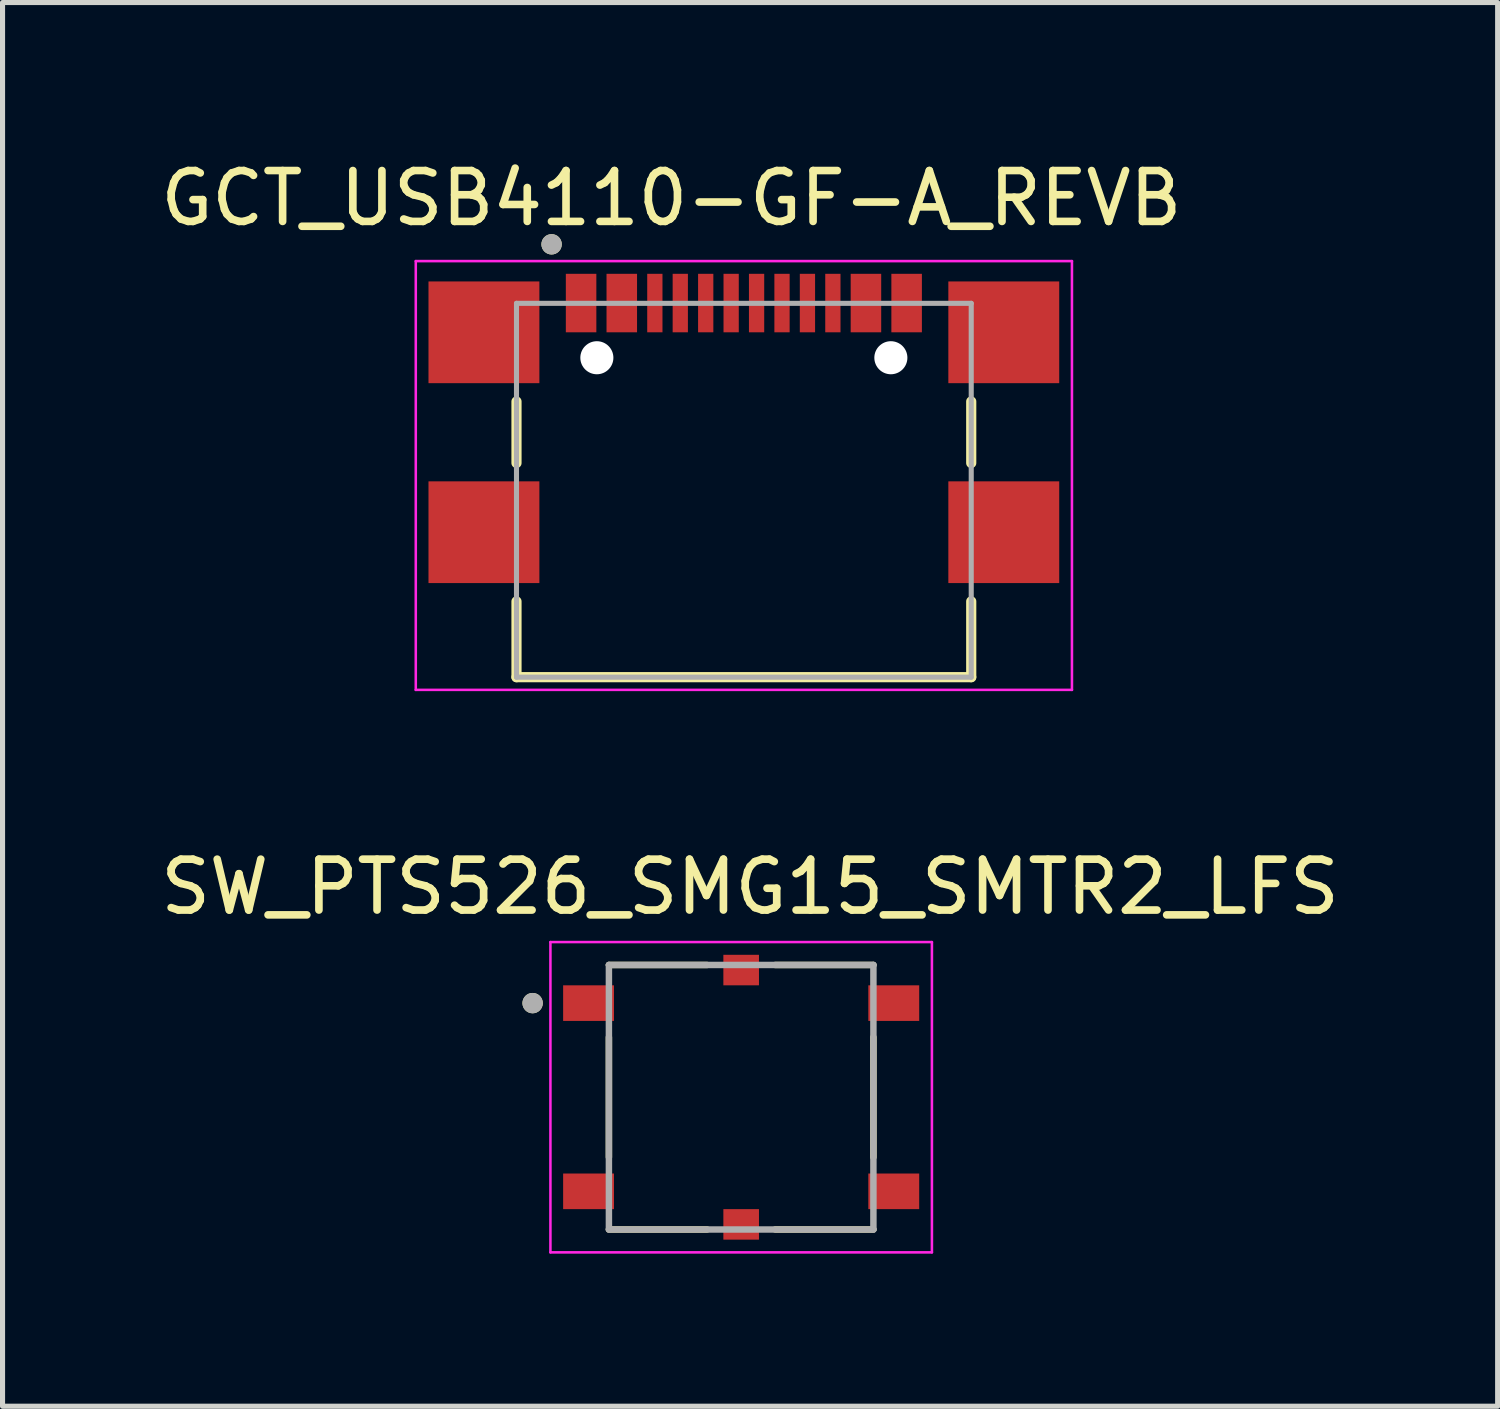
<source format=kicad_pcb>
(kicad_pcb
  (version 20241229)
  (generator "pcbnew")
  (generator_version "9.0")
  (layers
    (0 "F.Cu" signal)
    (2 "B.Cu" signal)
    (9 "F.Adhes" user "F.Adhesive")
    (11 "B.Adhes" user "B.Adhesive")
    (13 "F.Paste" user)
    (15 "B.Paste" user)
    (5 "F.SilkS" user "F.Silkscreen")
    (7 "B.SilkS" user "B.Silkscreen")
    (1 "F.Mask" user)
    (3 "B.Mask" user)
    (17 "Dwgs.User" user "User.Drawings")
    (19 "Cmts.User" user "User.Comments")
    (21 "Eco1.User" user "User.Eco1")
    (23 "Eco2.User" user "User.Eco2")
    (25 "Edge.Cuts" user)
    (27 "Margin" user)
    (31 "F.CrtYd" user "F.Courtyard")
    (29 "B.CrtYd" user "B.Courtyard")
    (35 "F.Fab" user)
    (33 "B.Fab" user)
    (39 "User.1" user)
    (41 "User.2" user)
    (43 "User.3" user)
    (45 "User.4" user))
  (footprint "GCT_USB4110-GF-A_REVB"
    (layer "F.Cu")
    (at 11.574 3.983)
    (property "Reference" "GCT_USB4110-GF-A_REVB" (at -1.425 -3.135 0) (layer "F.SilkS") (effects (font (size 1 1) (thickness 0.15))))
    (attr through_hole)
    (fp_line (start -4.47 0.86) (end -4.47 2.07) (stroke (width 0.2) (type solid)) (layer "F.SilkS"))
    (fp_line (start -4.47 4.79) (end -4.47 6.28) (stroke (width 0.2) (type solid)) (layer "F.SilkS"))
    (fp_line (start -4.47 6.28) (end 4.47 6.28) (stroke (width 0.2) (type solid)) (layer "F.SilkS"))
    (fp_line (start 4.47 0.86) (end 4.47 2.07) (stroke (width 0.2) (type solid)) (layer "F.SilkS"))
    (fp_line (start 4.47 6.28) (end 4.47 4.79) (stroke (width 0.2) (type solid)) (layer "F.SilkS"))
    (fp_circle (center -3.78 -2.23) (end -3.68 -2.23) (stroke (width 0.2) (type solid)) (fill no) (layer "F.SilkS"))
    (fp_line (start -6.45 -1.9) (end 6.45 -1.9) (stroke (width 0.05) (type solid)) (layer "F.CrtYd"))
    (fp_line (start -6.45 6.53) (end -6.45 -1.9) (stroke (width 0.05) (type solid)) (layer "F.CrtYd"))
    (fp_line (start 6.45 -1.9) (end 6.45 6.53) (stroke (width 0.05) (type solid)) (layer "F.CrtYd"))
    (fp_line (start 6.45 6.53) (end -6.45 6.53) (stroke (width 0.05) (type solid)) (layer "F.CrtYd"))
    (fp_line (start -4.47 -1.07) (end -4.47 6.28) (stroke (width 0.1) (type solid)) (layer "F.Fab"))
    (fp_line (start -4.47 6.28) (end 4.47 6.28) (stroke (width 0.1) (type solid)) (layer "F.Fab"))
    (fp_line (start 4.47 -1.07) (end -4.47 -1.07) (stroke (width 0.1) (type solid)) (layer "F.Fab"))
    (fp_line (start 4.47 6.28) (end 4.47 -1.07) (stroke (width 0.1) (type solid)) (layer "F.Fab"))
    (fp_circle (center -3.78 -2.23) (end -3.68 -2.23) (stroke (width 0.2) (type solid)) (fill no) (layer "F.Fab"))
    (pad "" np_thru_hole circle (at -2.89 0) (size 0.65 0.65) (drill 0.65) (layers "*.Cu" "*.Mask"))
    (pad "" np_thru_hole circle (at 2.89 0) (size 0.65 0.65) (drill 0.65) (layers "*.Cu" "*.Mask"))
    (pad "A1/B12" smd rect (at -3.2 -1.075) (size 0.6 1.15) (layers "F.Cu" "F.Mask" "F.Paste"))
    (pad "A4/B9" smd rect (at -2.4 -1.075) (size 0.6 1.15) (layers "F.Cu" "F.Mask" "F.Paste"))
    (pad "A5" smd rect (at -1.25 -1.075) (size 0.3 1.15) (layers "F.Cu" "F.Mask" "F.Paste"))
    (pad "A6" smd rect (at -0.25 -1.075) (size 0.3 1.15) (layers "F.Cu" "F.Mask" "F.Paste"))
    (pad "A7" smd rect (at 0.25 -1.075) (size 0.3 1.15) (layers "F.Cu" "F.Mask" "F.Paste"))
    (pad "A8" smd rect (at 1.25 -1.075) (size 0.3 1.15) (layers "F.Cu" "F.Mask" "F.Paste"))
    (pad "B1/A12" smd rect (at 3.2 -1.075) (size 0.6 1.15) (layers "F.Cu" "F.Mask" "F.Paste"))
    (pad "B4/A9" smd rect (at 2.4 -1.075) (size 0.6 1.15) (layers "F.Cu" "F.Mask" "F.Paste"))
    (pad "B5" smd rect (at 1.75 -1.075) (size 0.3 1.15) (layers "F.Cu" "F.Mask" "F.Paste"))
    (pad "B6" smd rect (at 0.75 -1.075) (size 0.3 1.15) (layers "F.Cu" "F.Mask" "F.Paste"))
    (pad "B7" smd rect (at -0.75 -1.075) (size 0.3 1.15) (layers "F.Cu" "F.Mask" "F.Paste"))
    (pad "B8" smd rect (at -1.75 -1.075) (size 0.3 1.15) (layers "F.Cu" "F.Mask" "F.Paste"))
    (pad "S1" smd rect (at -5.11 -0.5) (size 2.18 2) (layers "F.Cu" "F.Mask" "F.Paste"))
    (pad "S2" smd rect (at 5.11 -0.5) (size 2.18 2) (layers "F.Cu" "F.Mask" "F.Paste"))
    (pad "S3" smd rect (at -5.11 3.43) (size 2.18 2) (layers "F.Cu" "F.Mask" "F.Paste"))
    (pad "S4" smd rect (at 5.11 3.43) (size 2.18 2) (layers "F.Cu" "F.Mask" "F.Paste")))
  (footprint "SW_PTS526_SMG15_SMTR2_LFS"
    (layer "F.Cu")
    (at 11.521 18.521)
    (property "Reference" "SW_PTS526_SMG15_SMTR2_LFS" (at 0.175 -4.135 0) (layer "F.SilkS") (effects (font (size 1 1) (thickness 0.15))))
    (attr through_hole)
    (fp_line (start -2.6 -2.6) (end -0.67 -2.6) (stroke (width 0.127) (type solid)) (layer "F.SilkS"))
    (fp_line (start -2.6 -1.18) (end -2.6 1.18) (stroke (width 0.127) (type solid)) (layer "F.SilkS"))
    (fp_line (start -2.6 2.6) (end -0.67 2.6) (stroke (width 0.127) (type solid)) (layer "F.SilkS"))
    (fp_line (start 0.67 -2.6) (end 2.6 -2.6) (stroke (width 0.127) (type solid)) (layer "F.SilkS"))
    (fp_line (start 0.67 2.6) (end 2.6 2.6) (stroke (width 0.127) (type solid)) (layer "F.SilkS"))
    (fp_line (start 2.6 -1.18) (end 2.6 1.18) (stroke (width 0.127) (type solid)) (layer "F.SilkS"))
    (fp_circle (center -4.1 -1.85) (end -4 -1.85) (stroke (width 0.2) (type solid)) (fill no) (layer "F.SilkS"))
    (fp_line (start -3.75 -3.05) (end 3.75 -3.05) (stroke (width 0.05) (type solid)) (layer "F.CrtYd"))
    (fp_line (start -3.75 3.05) (end -3.75 -3.05) (stroke (width 0.05) (type solid)) (layer "F.CrtYd"))
    (fp_line (start 3.75 -3.05) (end 3.75 3.05) (stroke (width 0.05) (type solid)) (layer "F.CrtYd"))
    (fp_line (start 3.75 3.05) (end -3.75 3.05) (stroke (width 0.05) (type solid)) (layer "F.CrtYd"))
    (fp_line (start -2.6 -2.6) (end 2.6 -2.6) (stroke (width 0.127) (type solid)) (layer "F.Fab"))
    (fp_line (start -2.6 2.6) (end -2.6 -2.6) (stroke (width 0.127) (type solid)) (layer "F.Fab"))
    (fp_line (start 2.6 -2.6) (end 2.6 2.6) (stroke (width 0.127) (type solid)) (layer "F.Fab"))
    (fp_line (start 2.6 2.6) (end -2.6 2.6) (stroke (width 0.127) (type solid)) (layer "F.Fab"))
    (fp_circle (center -4.1 -1.85) (end -4 -1.85) (stroke (width 0.2) (type solid)) (fill no) (layer "F.Fab"))
    (pad "1" smd rect (at -3 -1.85) (size 1 0.7) (layers "F.Cu" "F.Mask" "F.Paste"))
    (pad "2" smd rect (at 3 -1.85) (size 1 0.7) (layers "F.Cu" "F.Mask" "F.Paste"))
    (pad "3" smd rect (at -3 1.85) (size 1 0.7) (layers "F.Cu" "F.Mask" "F.Paste"))
    (pad "4" smd rect (at 3 1.85) (size 1 0.7) (layers "F.Cu" "F.Mask" "F.Paste"))
    (pad "G1" smd rect (at 0 -2.5) (size 0.7 0.6) (layers "F.Cu" "F.Mask" "F.Paste"))
    (pad "G2" smd rect (at 0 2.5) (size 0.7 0.6) (layers "F.Cu" "F.Mask" "F.Paste")))
  (gr_rect
    (start -3 -3)
    (end 26.393 24.596)
    (stroke (width 0.1) (type default))
    (fill no)
    (layer "Edge.Cuts")))
</source>
